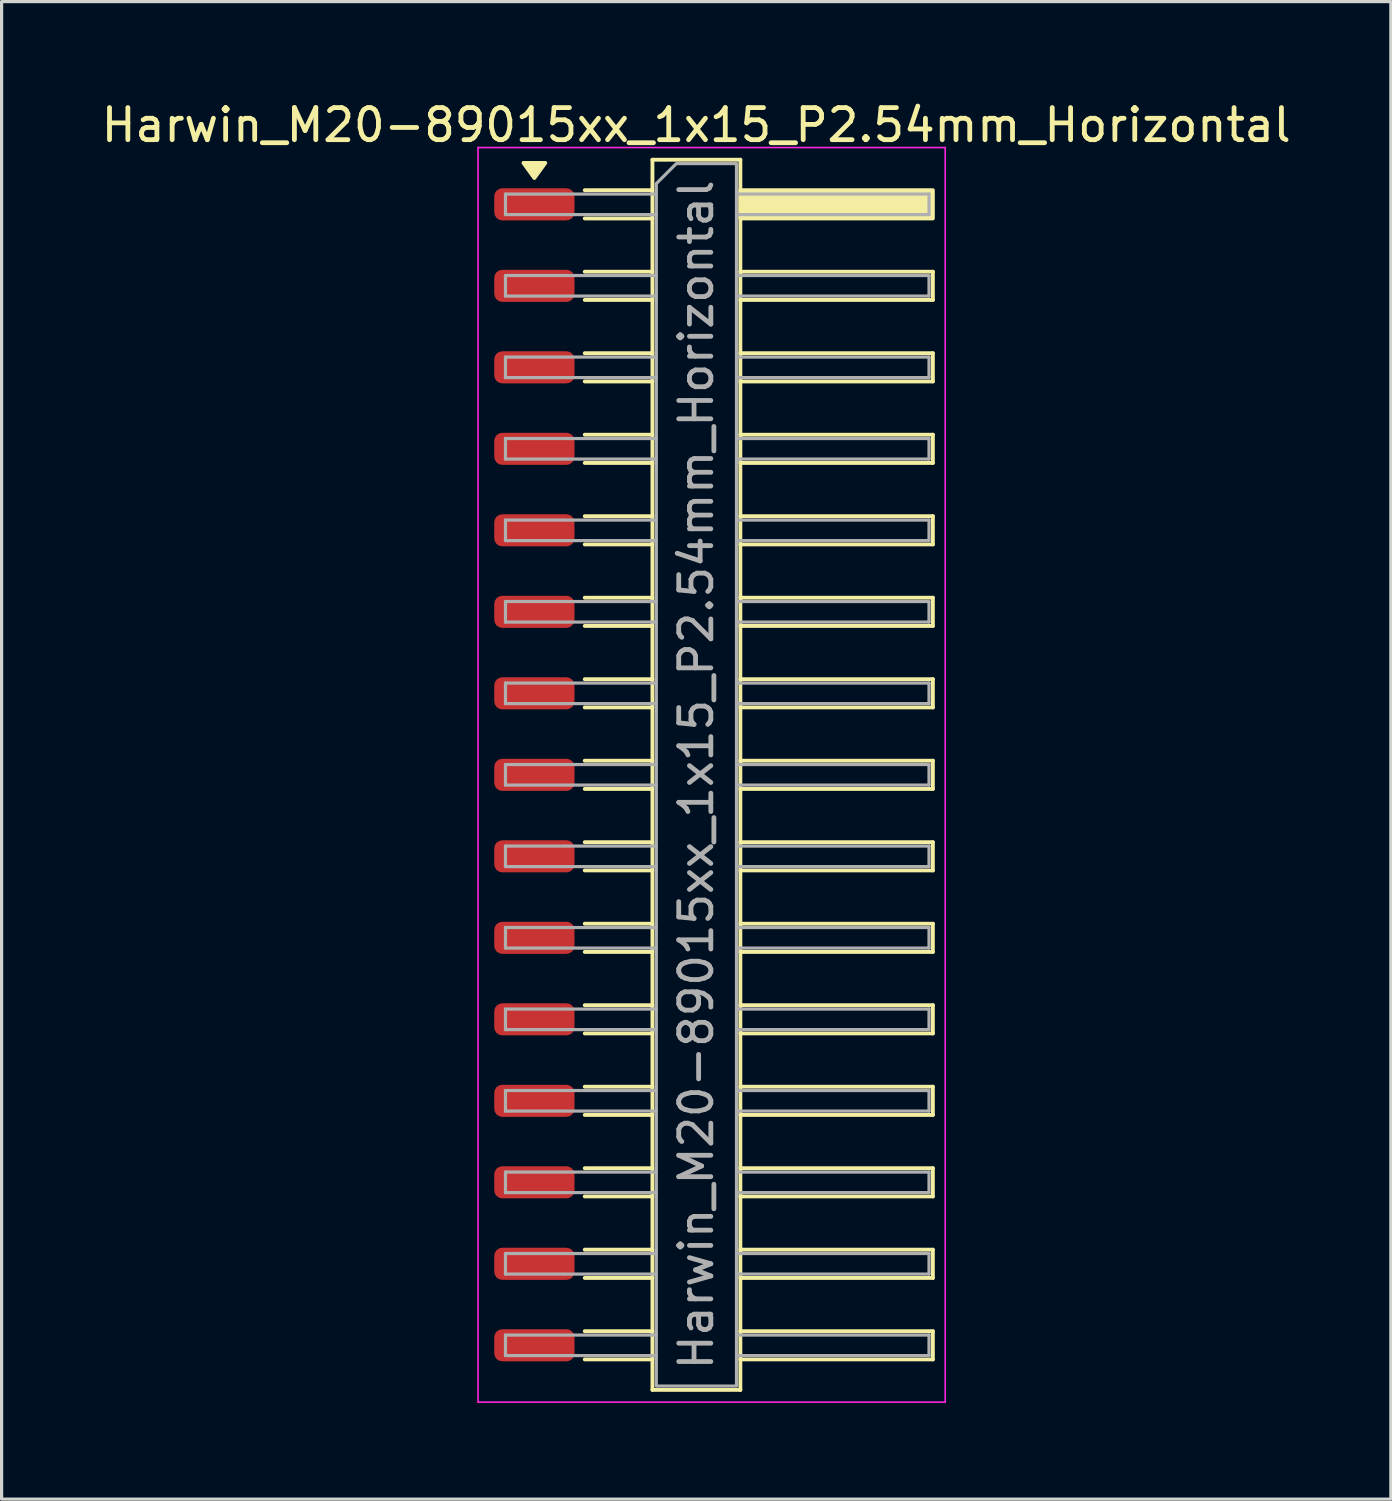
<source format=kicad_pcb>
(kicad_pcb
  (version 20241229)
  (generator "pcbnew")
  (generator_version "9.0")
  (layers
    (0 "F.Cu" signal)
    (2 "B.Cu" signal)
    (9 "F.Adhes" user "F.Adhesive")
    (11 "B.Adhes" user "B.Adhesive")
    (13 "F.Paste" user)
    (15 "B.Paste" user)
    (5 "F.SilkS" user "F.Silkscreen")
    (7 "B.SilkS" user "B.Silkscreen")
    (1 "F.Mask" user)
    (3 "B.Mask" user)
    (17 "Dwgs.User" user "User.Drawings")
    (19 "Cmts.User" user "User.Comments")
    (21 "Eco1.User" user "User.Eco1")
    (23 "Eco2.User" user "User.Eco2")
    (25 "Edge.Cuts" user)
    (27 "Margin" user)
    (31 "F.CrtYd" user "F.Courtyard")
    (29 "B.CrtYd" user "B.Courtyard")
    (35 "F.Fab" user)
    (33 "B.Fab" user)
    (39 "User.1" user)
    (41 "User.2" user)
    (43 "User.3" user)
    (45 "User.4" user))
  (footprint "Harwin_M20-89015xx_1x15_P2.54mm_Horizontal"
    (layer "F.Cu")
    (at 19.129 21.098)
    (property "Reference" "Harwin_M20-89015xx_1x15_P2.54mm_Horizontal" (at -0.48 -20.25 0) (layer "F.SilkS") (effects (font (size 1 1) (thickness 0.15))))
    (attr smd)
    (fp_line (start -3.955 -18.22) (end -1.845 -18.22) (stroke (width 0.12) (type solid)) (layer "F.SilkS"))
    (fp_line (start -3.955 -17.34) (end -1.845 -17.34) (stroke (width 0.12) (type solid)) (layer "F.SilkS"))
    (fp_line (start -3.955 -15.68) (end -1.845 -15.68) (stroke (width 0.12) (type solid)) (layer "F.SilkS"))
    (fp_line (start -3.955 -14.8) (end -1.845 -14.8) (stroke (width 0.12) (type solid)) (layer "F.SilkS"))
    (fp_line (start -3.955 -13.14) (end -1.845 -13.14) (stroke (width 0.12) (type solid)) (layer "F.SilkS"))
    (fp_line (start -3.955 -12.26) (end -1.845 -12.26) (stroke (width 0.12) (type solid)) (layer "F.SilkS"))
    (fp_line (start -3.955 -10.6) (end -1.845 -10.6) (stroke (width 0.12) (type solid)) (layer "F.SilkS"))
    (fp_line (start -3.955 -9.72) (end -1.845 -9.72) (stroke (width 0.12) (type solid)) (layer "F.SilkS"))
    (fp_line (start -3.955 -8.06) (end -1.845 -8.06) (stroke (width 0.12) (type solid)) (layer "F.SilkS"))
    (fp_line (start -3.955 -7.18) (end -1.845 -7.18) (stroke (width 0.12) (type solid)) (layer "F.SilkS"))
    (fp_line (start -3.955 -5.52) (end -1.845 -5.52) (stroke (width 0.12) (type solid)) (layer "F.SilkS"))
    (fp_line (start -3.955 -4.64) (end -1.845 -4.64) (stroke (width 0.12) (type solid)) (layer "F.SilkS"))
    (fp_line (start -3.955 -2.98) (end -1.845 -2.98) (stroke (width 0.12) (type solid)) (layer "F.SilkS"))
    (fp_line (start -3.955 -2.1) (end -1.845 -2.1) (stroke (width 0.12) (type solid)) (layer "F.SilkS"))
    (fp_line (start -3.955 -0.44) (end -1.845 -0.44) (stroke (width 0.12) (type solid)) (layer "F.SilkS"))
    (fp_line (start -3.955 0.44) (end -1.845 0.44) (stroke (width 0.12) (type solid)) (layer "F.SilkS"))
    (fp_line (start -3.955 2.1) (end -1.845 2.1) (stroke (width 0.12) (type solid)) (layer "F.SilkS"))
    (fp_line (start -3.955 2.98) (end -1.845 2.98) (stroke (width 0.12) (type solid)) (layer "F.SilkS"))
    (fp_line (start -3.955 4.64) (end -1.845 4.64) (stroke (width 0.12) (type solid)) (layer "F.SilkS"))
    (fp_line (start -3.955 5.52) (end -1.845 5.52) (stroke (width 0.12) (type solid)) (layer "F.SilkS"))
    (fp_line (start -3.955 7.18) (end -1.845 7.18) (stroke (width 0.12) (type solid)) (layer "F.SilkS"))
    (fp_line (start -3.955 8.06) (end -1.845 8.06) (stroke (width 0.12) (type solid)) (layer "F.SilkS"))
    (fp_line (start -3.955 9.72) (end -1.845 9.72) (stroke (width 0.12) (type solid)) (layer "F.SilkS"))
    (fp_line (start -3.955 10.6) (end -1.845 10.6) (stroke (width 0.12) (type solid)) (layer "F.SilkS"))
    (fp_line (start -3.955 12.26) (end -1.845 12.26) (stroke (width 0.12) (type solid)) (layer "F.SilkS"))
    (fp_line (start -3.955 13.14) (end -1.845 13.14) (stroke (width 0.12) (type solid)) (layer "F.SilkS"))
    (fp_line (start -3.955 14.8) (end -1.845 14.8) (stroke (width 0.12) (type solid)) (layer "F.SilkS"))
    (fp_line (start -3.955 15.68) (end -1.845 15.68) (stroke (width 0.12) (type solid)) (layer "F.SilkS"))
    (fp_line (start -3.955 17.34) (end -1.845 17.34) (stroke (width 0.12) (type solid)) (layer "F.SilkS"))
    (fp_line (start -3.955 18.22) (end -1.845 18.22) (stroke (width 0.12) (type solid)) (layer "F.SilkS"))
    (fp_line (start -1.845 -19.17) (end 0.895 -19.17) (stroke (width 0.12) (type solid)) (layer "F.SilkS"))
    (fp_line (start -1.845 19.17) (end -1.845 -19.17) (stroke (width 0.12) (type solid)) (layer "F.SilkS"))
    (fp_line (start 0.895 -19.17) (end 0.895 19.17) (stroke (width 0.12) (type solid)) (layer "F.SilkS"))
    (fp_line (start 0.895 -15.68) (end 6.895 -15.68) (stroke (width 0.12) (type solid)) (layer "F.SilkS"))
    (fp_line (start 0.895 -13.14) (end 6.895 -13.14) (stroke (width 0.12) (type solid)) (layer "F.SilkS"))
    (fp_line (start 0.895 -10.6) (end 6.895 -10.6) (stroke (width 0.12) (type solid)) (layer "F.SilkS"))
    (fp_line (start 0.895 -8.06) (end 6.895 -8.06) (stroke (width 0.12) (type solid)) (layer "F.SilkS"))
    (fp_line (start 0.895 -5.52) (end 6.895 -5.52) (stroke (width 0.12) (type solid)) (layer "F.SilkS"))
    (fp_line (start 0.895 -2.98) (end 6.895 -2.98) (stroke (width 0.12) (type solid)) (layer "F.SilkS"))
    (fp_line (start 0.895 -0.44) (end 6.895 -0.44) (stroke (width 0.12) (type solid)) (layer "F.SilkS"))
    (fp_line (start 0.895 2.1) (end 6.895 2.1) (stroke (width 0.12) (type solid)) (layer "F.SilkS"))
    (fp_line (start 0.895 4.64) (end 6.895 4.64) (stroke (width 0.12) (type solid)) (layer "F.SilkS"))
    (fp_line (start 0.895 7.18) (end 6.895 7.18) (stroke (width 0.12) (type solid)) (layer "F.SilkS"))
    (fp_line (start 0.895 9.72) (end 6.895 9.72) (stroke (width 0.12) (type solid)) (layer "F.SilkS"))
    (fp_line (start 0.895 12.26) (end 6.895 12.26) (stroke (width 0.12) (type solid)) (layer "F.SilkS"))
    (fp_line (start 0.895 14.8) (end 6.895 14.8) (stroke (width 0.12) (type solid)) (layer "F.SilkS"))
    (fp_line (start 0.895 17.34) (end 6.895 17.34) (stroke (width 0.12) (type solid)) (layer "F.SilkS"))
    (fp_line (start 0.895 19.17) (end -1.845 19.17) (stroke (width 0.12) (type solid)) (layer "F.SilkS"))
    (fp_line (start 6.895 -15.68) (end 6.895 -14.8) (stroke (width 0.12) (type solid)) (layer "F.SilkS"))
    (fp_line (start 6.895 -14.8) (end 0.895 -14.8) (stroke (width 0.12) (type solid)) (layer "F.SilkS"))
    (fp_line (start 6.895 -13.14) (end 6.895 -12.26) (stroke (width 0.12) (type solid)) (layer "F.SilkS"))
    (fp_line (start 6.895 -12.26) (end 0.895 -12.26) (stroke (width 0.12) (type solid)) (layer "F.SilkS"))
    (fp_line (start 6.895 -10.6) (end 6.895 -9.72) (stroke (width 0.12) (type solid)) (layer "F.SilkS"))
    (fp_line (start 6.895 -9.72) (end 0.895 -9.72) (stroke (width 0.12) (type solid)) (layer "F.SilkS"))
    (fp_line (start 6.895 -8.06) (end 6.895 -7.18) (stroke (width 0.12) (type solid)) (layer "F.SilkS"))
    (fp_line (start 6.895 -7.18) (end 0.895 -7.18) (stroke (width 0.12) (type solid)) (layer "F.SilkS"))
    (fp_line (start 6.895 -5.52) (end 6.895 -4.64) (stroke (width 0.12) (type solid)) (layer "F.SilkS"))
    (fp_line (start 6.895 -4.64) (end 0.895 -4.64) (stroke (width 0.12) (type solid)) (layer "F.SilkS"))
    (fp_line (start 6.895 -2.98) (end 6.895 -2.1) (stroke (width 0.12) (type solid)) (layer "F.SilkS"))
    (fp_line (start 6.895 -2.1) (end 0.895 -2.1) (stroke (width 0.12) (type solid)) (layer "F.SilkS"))
    (fp_line (start 6.895 -0.44) (end 6.895 0.44) (stroke (width 0.12) (type solid)) (layer "F.SilkS"))
    (fp_line (start 6.895 0.44) (end 0.895 0.44) (stroke (width 0.12) (type solid)) (layer "F.SilkS"))
    (fp_line (start 6.895 2.1) (end 6.895 2.98) (stroke (width 0.12) (type solid)) (layer "F.SilkS"))
    (fp_line (start 6.895 2.98) (end 0.895 2.98) (stroke (width 0.12) (type solid)) (layer "F.SilkS"))
    (fp_line (start 6.895 4.64) (end 6.895 5.52) (stroke (width 0.12) (type solid)) (layer "F.SilkS"))
    (fp_line (start 6.895 5.52) (end 0.895 5.52) (stroke (width 0.12) (type solid)) (layer "F.SilkS"))
    (fp_line (start 6.895 7.18) (end 6.895 8.06) (stroke (width 0.12) (type solid)) (layer "F.SilkS"))
    (fp_line (start 6.895 8.06) (end 0.895 8.06) (stroke (width 0.12) (type solid)) (layer "F.SilkS"))
    (fp_line (start 6.895 9.72) (end 6.895 10.6) (stroke (width 0.12) (type solid)) (layer "F.SilkS"))
    (fp_line (start 6.895 10.6) (end 0.895 10.6) (stroke (width 0.12) (type solid)) (layer "F.SilkS"))
    (fp_line (start 6.895 12.26) (end 6.895 13.14) (stroke (width 0.12) (type solid)) (layer "F.SilkS"))
    (fp_line (start 6.895 13.14) (end 0.895 13.14) (stroke (width 0.12) (type solid)) (layer "F.SilkS"))
    (fp_line (start 6.895 14.8) (end 6.895 15.68) (stroke (width 0.12) (type solid)) (layer "F.SilkS"))
    (fp_line (start 6.895 15.68) (end 0.895 15.68) (stroke (width 0.12) (type solid)) (layer "F.SilkS"))
    (fp_line (start 6.895 17.34) (end 6.895 18.22) (stroke (width 0.12) (type solid)) (layer "F.SilkS"))
    (fp_line (start 6.895 18.22) (end 0.895 18.22) (stroke (width 0.12) (type solid)) (layer "F.SilkS"))
    (fp_rect (start 0.895 -18.22) (end 6.895 -17.34) (stroke (width 0.12) (type solid)) (fill yes) (layer "F.SilkS"))
    (fp_poly (pts (xy -5.525 -18.6) (xy -5.865 -19.07) (xy -5.185 -19.07)) (stroke (width 0.12) (type solid)) (fill yes) (layer "F.SilkS"))
    (fp_line (start -7.28 -19.55) (end 7.28 -19.55) (stroke (width 0.05) (type solid)) (layer "F.CrtYd"))
    (fp_line (start -7.28 19.55) (end -7.28 -19.55) (stroke (width 0.05) (type solid)) (layer "F.CrtYd"))
    (fp_line (start 7.28 -19.55) (end 7.28 19.55) (stroke (width 0.05) (type solid)) (layer "F.CrtYd"))
    (fp_line (start 7.28 19.55) (end -7.28 19.55) (stroke (width 0.05) (type solid)) (layer "F.CrtYd"))
    (fp_line (start -6.425 -18.1) (end -6.425 -17.46) (stroke (width 0.1) (type solid)) (layer "F.Fab"))
    (fp_line (start -6.425 -17.46) (end -1.725 -17.46) (stroke (width 0.1) (type solid)) (layer "F.Fab"))
    (fp_line (start -6.425 -15.56) (end -6.425 -14.92) (stroke (width 0.1) (type solid)) (layer "F.Fab"))
    (fp_line (start -6.425 -14.92) (end -1.725 -14.92) (stroke (width 0.1) (type solid)) (layer "F.Fab"))
    (fp_line (start -6.425 -13.02) (end -6.425 -12.38) (stroke (width 0.1) (type solid)) (layer "F.Fab"))
    (fp_line (start -6.425 -12.38) (end -1.725 -12.38) (stroke (width 0.1) (type solid)) (layer "F.Fab"))
    (fp_line (start -6.425 -10.48) (end -6.425 -9.84) (stroke (width 0.1) (type solid)) (layer "F.Fab"))
    (fp_line (start -6.425 -9.84) (end -1.725 -9.84) (stroke (width 0.1) (type solid)) (layer "F.Fab"))
    (fp_line (start -6.425 -7.94) (end -6.425 -7.3) (stroke (width 0.1) (type solid)) (layer "F.Fab"))
    (fp_line (start -6.425 -7.3) (end -1.725 -7.3) (stroke (width 0.1) (type solid)) (layer "F.Fab"))
    (fp_line (start -6.425 -5.4) (end -6.425 -4.76) (stroke (width 0.1) (type solid)) (layer "F.Fab"))
    (fp_line (start -6.425 -4.76) (end -1.725 -4.76) (stroke (width 0.1) (type solid)) (layer "F.Fab"))
    (fp_line (start -6.425 -2.86) (end -6.425 -2.22) (stroke (width 0.1) (type solid)) (layer "F.Fab"))
    (fp_line (start -6.425 -2.22) (end -1.725 -2.22) (stroke (width 0.1) (type solid)) (layer "F.Fab"))
    (fp_line (start -6.425 -0.32) (end -6.425 0.32) (stroke (width 0.1) (type solid)) (layer "F.Fab"))
    (fp_line (start -6.425 0.32) (end -1.725 0.32) (stroke (width 0.1) (type solid)) (layer "F.Fab"))
    (fp_line (start -6.425 2.22) (end -6.425 2.86) (stroke (width 0.1) (type solid)) (layer "F.Fab"))
    (fp_line (start -6.425 2.86) (end -1.725 2.86) (stroke (width 0.1) (type solid)) (layer "F.Fab"))
    (fp_line (start -6.425 4.76) (end -6.425 5.4) (stroke (width 0.1) (type solid)) (layer "F.Fab"))
    (fp_line (start -6.425 5.4) (end -1.725 5.4) (stroke (width 0.1) (type solid)) (layer "F.Fab"))
    (fp_line (start -6.425 7.3) (end -6.425 7.94) (stroke (width 0.1) (type solid)) (layer "F.Fab"))
    (fp_line (start -6.425 7.94) (end -1.725 7.94) (stroke (width 0.1) (type solid)) (layer "F.Fab"))
    (fp_line (start -6.425 9.84) (end -6.425 10.48) (stroke (width 0.1) (type solid)) (layer "F.Fab"))
    (fp_line (start -6.425 10.48) (end -1.725 10.48) (stroke (width 0.1) (type solid)) (layer "F.Fab"))
    (fp_line (start -6.425 12.38) (end -6.425 13.02) (stroke (width 0.1) (type solid)) (layer "F.Fab"))
    (fp_line (start -6.425 13.02) (end -1.725 13.02) (stroke (width 0.1) (type solid)) (layer "F.Fab"))
    (fp_line (start -6.425 14.92) (end -6.425 15.56) (stroke (width 0.1) (type solid)) (layer "F.Fab"))
    (fp_line (start -6.425 15.56) (end -1.725 15.56) (stroke (width 0.1) (type solid)) (layer "F.Fab"))
    (fp_line (start -6.425 17.46) (end -6.425 18.1) (stroke (width 0.1) (type solid)) (layer "F.Fab"))
    (fp_line (start -6.425 18.1) (end -1.725 18.1) (stroke (width 0.1) (type solid)) (layer "F.Fab"))
    (fp_line (start -1.725 -18.1) (end -6.425 -18.1) (stroke (width 0.1) (type solid)) (layer "F.Fab"))
    (fp_line (start -1.725 -15.56) (end -6.425 -15.56) (stroke (width 0.1) (type solid)) (layer "F.Fab"))
    (fp_line (start -1.725 -13.02) (end -6.425 -13.02) (stroke (width 0.1) (type solid)) (layer "F.Fab"))
    (fp_line (start -1.725 -10.48) (end -6.425 -10.48) (stroke (width 0.1) (type solid)) (layer "F.Fab"))
    (fp_line (start -1.725 -7.94) (end -6.425 -7.94) (stroke (width 0.1) (type solid)) (layer "F.Fab"))
    (fp_line (start -1.725 -5.4) (end -6.425 -5.4) (stroke (width 0.1) (type solid)) (layer "F.Fab"))
    (fp_line (start -1.725 -2.86) (end -6.425 -2.86) (stroke (width 0.1) (type solid)) (layer "F.Fab"))
    (fp_line (start -1.725 -0.32) (end -6.425 -0.32) (stroke (width 0.1) (type solid)) (layer "F.Fab"))
    (fp_line (start -1.725 2.22) (end -6.425 2.22) (stroke (width 0.1) (type solid)) (layer "F.Fab"))
    (fp_line (start -1.725 4.76) (end -6.425 4.76) (stroke (width 0.1) (type solid)) (layer "F.Fab"))
    (fp_line (start -1.725 7.3) (end -6.425 7.3) (stroke (width 0.1) (type solid)) (layer "F.Fab"))
    (fp_line (start -1.725 9.84) (end -6.425 9.84) (stroke (width 0.1) (type solid)) (layer "F.Fab"))
    (fp_line (start -1.725 12.38) (end -6.425 12.38) (stroke (width 0.1) (type solid)) (layer "F.Fab"))
    (fp_line (start -1.725 14.92) (end -6.425 14.92) (stroke (width 0.1) (type solid)) (layer "F.Fab"))
    (fp_line (start -1.725 17.46) (end -6.425 17.46) (stroke (width 0.1) (type solid)) (layer "F.Fab"))
    (fp_line (start 0.775 -18.1) (end 6.775 -18.1) (stroke (width 0.1) (type solid)) (layer "F.Fab"))
    (fp_line (start 0.775 -15.56) (end 6.775 -15.56) (stroke (width 0.1) (type solid)) (layer "F.Fab"))
    (fp_line (start 0.775 -13.02) (end 6.775 -13.02) (stroke (width 0.1) (type solid)) (layer "F.Fab"))
    (fp_line (start 0.775 -10.48) (end 6.775 -10.48) (stroke (width 0.1) (type solid)) (layer "F.Fab"))
    (fp_line (start 0.775 -7.94) (end 6.775 -7.94) (stroke (width 0.1) (type solid)) (layer "F.Fab"))
    (fp_line (start 0.775 -5.4) (end 6.775 -5.4) (stroke (width 0.1) (type solid)) (layer "F.Fab"))
    (fp_line (start 0.775 -2.86) (end 6.775 -2.86) (stroke (width 0.1) (type solid)) (layer "F.Fab"))
    (fp_line (start 0.775 -0.32) (end 6.775 -0.32) (stroke (width 0.1) (type solid)) (layer "F.Fab"))
    (fp_line (start 0.775 2.22) (end 6.775 2.22) (stroke (width 0.1) (type solid)) (layer "F.Fab"))
    (fp_line (start 0.775 4.76) (end 6.775 4.76) (stroke (width 0.1) (type solid)) (layer "F.Fab"))
    (fp_line (start 0.775 7.3) (end 6.775 7.3) (stroke (width 0.1) (type solid)) (layer "F.Fab"))
    (fp_line (start 0.775 9.84) (end 6.775 9.84) (stroke (width 0.1) (type solid)) (layer "F.Fab"))
    (fp_line (start 0.775 12.38) (end 6.775 12.38) (stroke (width 0.1) (type solid)) (layer "F.Fab"))
    (fp_line (start 0.775 14.92) (end 6.775 14.92) (stroke (width 0.1) (type solid)) (layer "F.Fab"))
    (fp_line (start 0.775 17.46) (end 6.775 17.46) (stroke (width 0.1) (type solid)) (layer "F.Fab"))
    (fp_line (start 6.775 -18.1) (end 6.775 -17.46) (stroke (width 0.1) (type solid)) (layer "F.Fab"))
    (fp_line (start 6.775 -17.46) (end 0.775 -17.46) (stroke (width 0.1) (type solid)) (layer "F.Fab"))
    (fp_line (start 6.775 -15.56) (end 6.775 -14.92) (stroke (width 0.1) (type solid)) (layer "F.Fab"))
    (fp_line (start 6.775 -14.92) (end 0.775 -14.92) (stroke (width 0.1) (type solid)) (layer "F.Fab"))
    (fp_line (start 6.775 -13.02) (end 6.775 -12.38) (stroke (width 0.1) (type solid)) (layer "F.Fab"))
    (fp_line (start 6.775 -12.38) (end 0.775 -12.38) (stroke (width 0.1) (type solid)) (layer "F.Fab"))
    (fp_line (start 6.775 -10.48) (end 6.775 -9.84) (stroke (width 0.1) (type solid)) (layer "F.Fab"))
    (fp_line (start 6.775 -9.84) (end 0.775 -9.84) (stroke (width 0.1) (type solid)) (layer "F.Fab"))
    (fp_line (start 6.775 -7.94) (end 6.775 -7.3) (stroke (width 0.1) (type solid)) (layer "F.Fab"))
    (fp_line (start 6.775 -7.3) (end 0.775 -7.3) (stroke (width 0.1) (type solid)) (layer "F.Fab"))
    (fp_line (start 6.775 -5.4) (end 6.775 -4.76) (stroke (width 0.1) (type solid)) (layer "F.Fab"))
    (fp_line (start 6.775 -4.76) (end 0.775 -4.76) (stroke (width 0.1) (type solid)) (layer "F.Fab"))
    (fp_line (start 6.775 -2.86) (end 6.775 -2.22) (stroke (width 0.1) (type solid)) (layer "F.Fab"))
    (fp_line (start 6.775 -2.22) (end 0.775 -2.22) (stroke (width 0.1) (type solid)) (layer "F.Fab"))
    (fp_line (start 6.775 -0.32) (end 6.775 0.32) (stroke (width 0.1) (type solid)) (layer "F.Fab"))
    (fp_line (start 6.775 0.32) (end 0.775 0.32) (stroke (width 0.1) (type solid)) (layer "F.Fab"))
    (fp_line (start 6.775 2.22) (end 6.775 2.86) (stroke (width 0.1) (type solid)) (layer "F.Fab"))
    (fp_line (start 6.775 2.86) (end 0.775 2.86) (stroke (width 0.1) (type solid)) (layer "F.Fab"))
    (fp_line (start 6.775 4.76) (end 6.775 5.4) (stroke (width 0.1) (type solid)) (layer "F.Fab"))
    (fp_line (start 6.775 5.4) (end 0.775 5.4) (stroke (width 0.1) (type solid)) (layer "F.Fab"))
    (fp_line (start 6.775 7.3) (end 6.775 7.94) (stroke (width 0.1) (type solid)) (layer "F.Fab"))
    (fp_line (start 6.775 7.94) (end 0.775 7.94) (stroke (width 0.1) (type solid)) (layer "F.Fab"))
    (fp_line (start 6.775 9.84) (end 6.775 10.48) (stroke (width 0.1) (type solid)) (layer "F.Fab"))
    (fp_line (start 6.775 10.48) (end 0.775 10.48) (stroke (width 0.1) (type solid)) (layer "F.Fab"))
    (fp_line (start 6.775 12.38) (end 6.775 13.02) (stroke (width 0.1) (type solid)) (layer "F.Fab"))
    (fp_line (start 6.775 13.02) (end 0.775 13.02) (stroke (width 0.1) (type solid)) (layer "F.Fab"))
    (fp_line (start 6.775 14.92) (end 6.775 15.56) (stroke (width 0.1) (type solid)) (layer "F.Fab"))
    (fp_line (start 6.775 15.56) (end 0.775 15.56) (stroke (width 0.1) (type solid)) (layer "F.Fab"))
    (fp_line (start 6.775 17.46) (end 6.775 18.1) (stroke (width 0.1) (type solid)) (layer "F.Fab"))
    (fp_line (start 6.775 18.1) (end 0.775 18.1) (stroke (width 0.1) (type solid)) (layer "F.Fab"))
    (fp_poly (pts (xy -1.725 -18.425) (xy -1.725 19.05) (xy 0.775 19.05) (xy 0.775 -19.05) (xy -1.1 -19.05)) (stroke (width 0.1) (type solid)) (fill no) (layer "F.Fab"))
    (fp_text user "${REFERENCE}" (at -0.48 0 90) (layer "F.Fab") (effects (font (size 1 1) (thickness 0.15))))
    (pad "1" smd roundrect (at -5.525 -17.78) (size 2.5 1) (layers "F.Cu" "F.Mask" "F.Paste") (roundrect_rratio 0.25))
    (pad "2" smd roundrect (at -5.525 -15.24) (size 2.5 1) (layers "F.Cu" "F.Mask" "F.Paste") (roundrect_rratio 0.25))
    (pad "3" smd roundrect (at -5.525 -12.7) (size 2.5 1) (layers "F.Cu" "F.Mask" "F.Paste") (roundrect_rratio 0.25))
    (pad "4" smd roundrect (at -5.525 -10.16) (size 2.5 1) (layers "F.Cu" "F.Mask" "F.Paste") (roundrect_rratio 0.25))
    (pad "5" smd roundrect (at -5.525 -7.62) (size 2.5 1) (layers "F.Cu" "F.Mask" "F.Paste") (roundrect_rratio 0.25))
    (pad "6" smd roundrect (at -5.525 -5.08) (size 2.5 1) (layers "F.Cu" "F.Mask" "F.Paste") (roundrect_rratio 0.25))
    (pad "7" smd roundrect (at -5.525 -2.54) (size 2.5 1) (layers "F.Cu" "F.Mask" "F.Paste") (roundrect_rratio 0.25))
    (pad "8" smd roundrect (at -5.525 0) (size 2.5 1) (layers "F.Cu" "F.Mask" "F.Paste") (roundrect_rratio 0.25))
    (pad "9" smd roundrect (at -5.525 2.54) (size 2.5 1) (layers "F.Cu" "F.Mask" "F.Paste") (roundrect_rratio 0.25))
    (pad "10" smd roundrect (at -5.525 5.08) (size 2.5 1) (layers "F.Cu" "F.Mask" "F.Paste") (roundrect_rratio 0.25))
    (pad "11" smd roundrect (at -5.525 7.62) (size 2.5 1) (layers "F.Cu" "F.Mask" "F.Paste") (roundrect_rratio 0.25))
    (pad "12" smd roundrect (at -5.525 10.16) (size 2.5 1) (layers "F.Cu" "F.Mask" "F.Paste") (roundrect_rratio 0.25))
    (pad "13" smd roundrect (at -5.525 12.7) (size 2.5 1) (layers "F.Cu" "F.Mask" "F.Paste") (roundrect_rratio 0.25))
    (pad "14" smd roundrect (at -5.525 15.24) (size 2.5 1) (layers "F.Cu" "F.Mask" "F.Paste") (roundrect_rratio 0.25))
    (pad "15" smd roundrect (at -5.525 17.78) (size 2.5 1) (layers "F.Cu" "F.Mask" "F.Paste") (roundrect_rratio 0.25)))
  (gr_rect
    (start -3 -3)
    (end 40.298 43.673)
    (stroke (width 0.1) (type default))
    (fill no)
    (layer "Edge.Cuts")))
</source>
